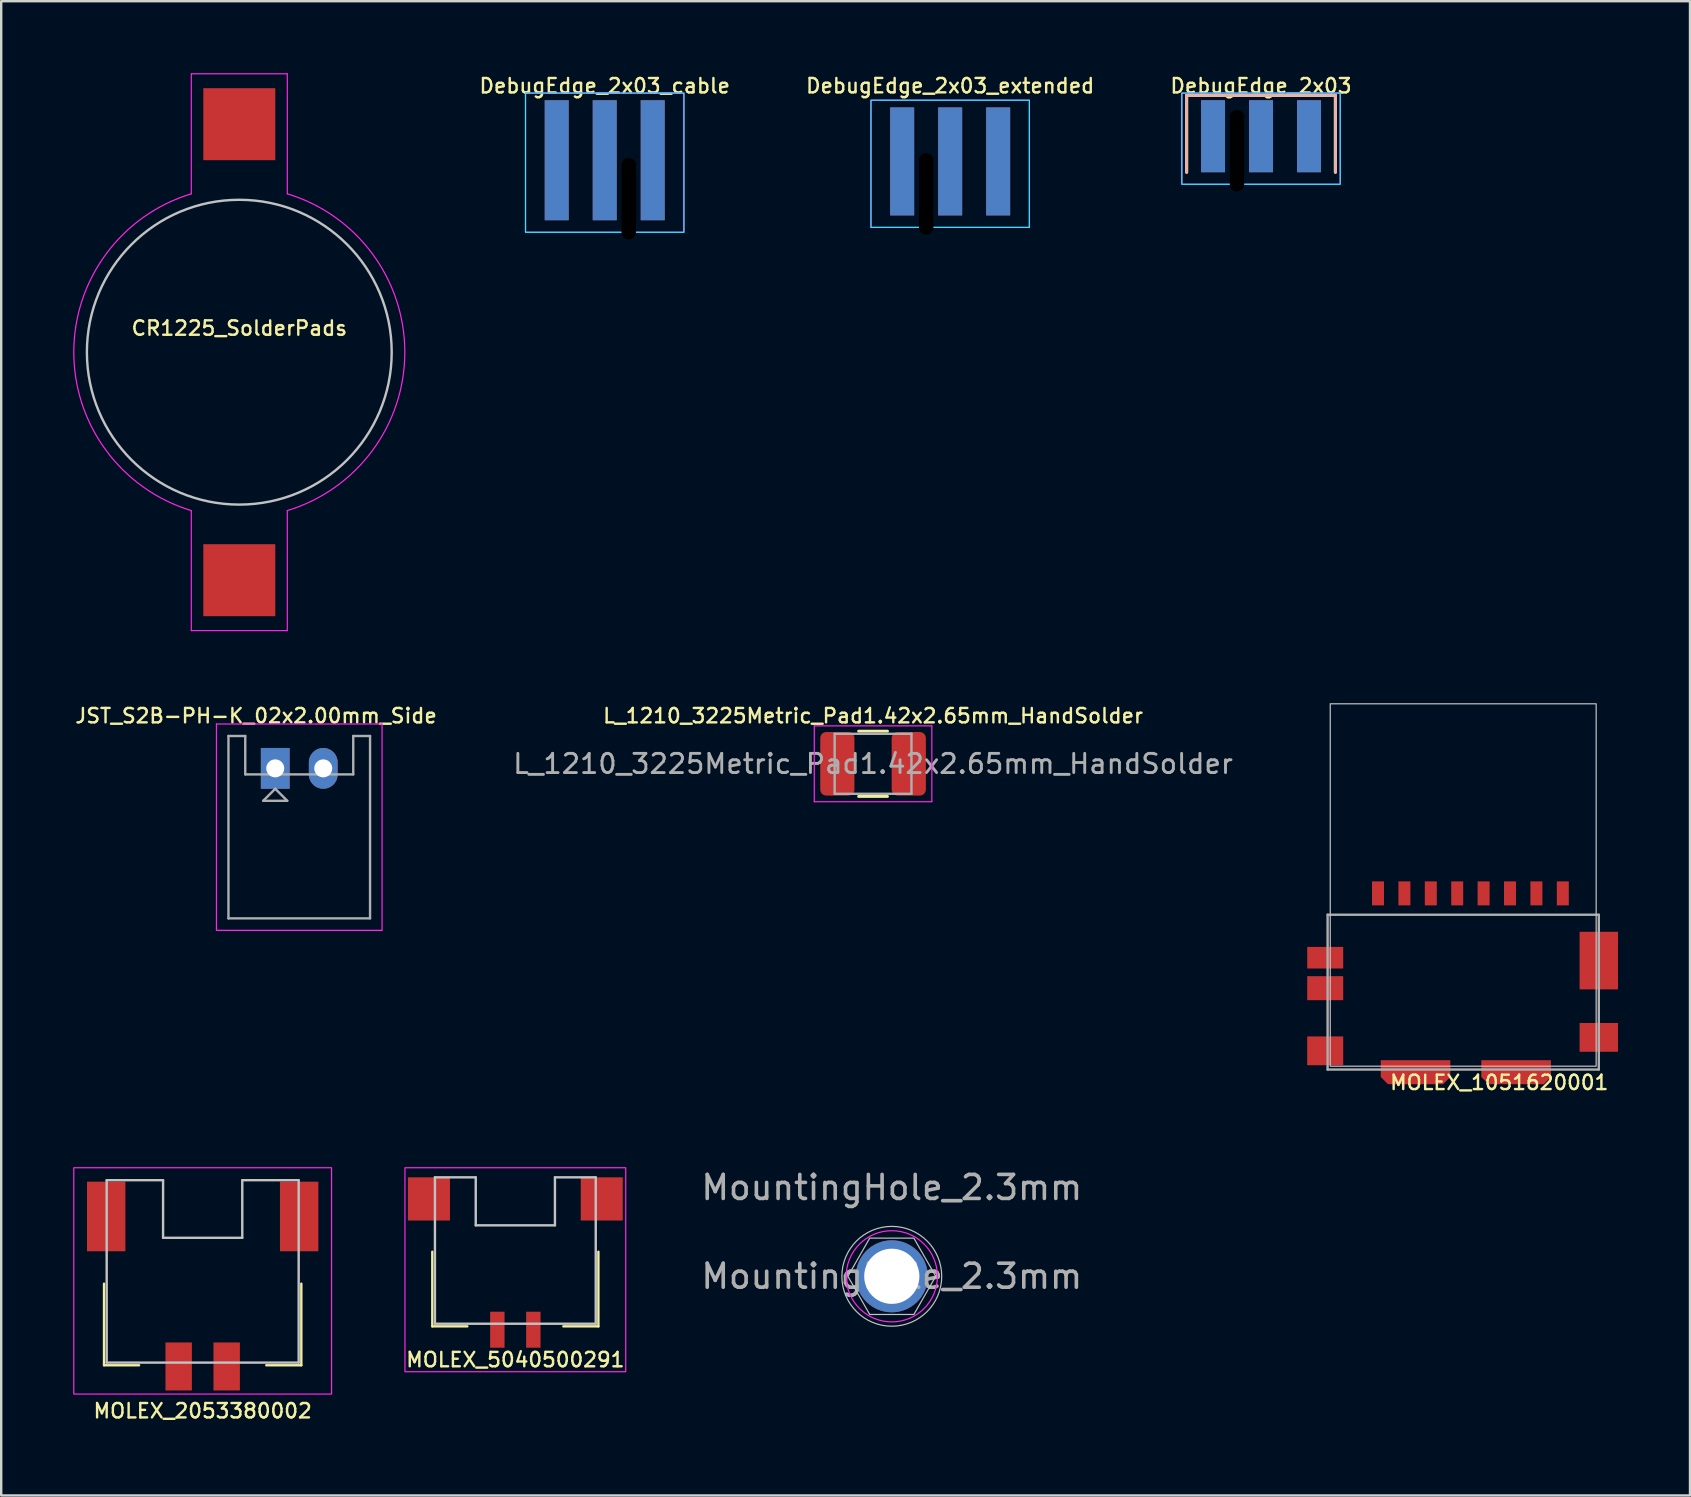
<source format=kicad_pcb>
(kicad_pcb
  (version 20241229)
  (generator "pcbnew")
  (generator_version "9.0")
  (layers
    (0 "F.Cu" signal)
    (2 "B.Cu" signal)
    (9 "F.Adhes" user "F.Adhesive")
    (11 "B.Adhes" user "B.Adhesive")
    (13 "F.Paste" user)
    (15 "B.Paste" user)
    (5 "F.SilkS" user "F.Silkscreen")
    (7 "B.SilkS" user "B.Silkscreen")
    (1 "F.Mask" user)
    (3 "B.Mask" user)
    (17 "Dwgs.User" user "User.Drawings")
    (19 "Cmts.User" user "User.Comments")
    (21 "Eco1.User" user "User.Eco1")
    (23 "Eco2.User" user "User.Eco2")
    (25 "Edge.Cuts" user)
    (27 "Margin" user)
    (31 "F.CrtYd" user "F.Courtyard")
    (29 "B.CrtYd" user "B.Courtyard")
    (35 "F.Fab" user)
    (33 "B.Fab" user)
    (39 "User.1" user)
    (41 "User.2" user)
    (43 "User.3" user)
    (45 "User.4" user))
  (footprint "MOLEX_2053380002"
    (layer "F.Cu")
    (at 5.395 53.437)
    (property "Reference" "MOLEX_2053380002" (at 0 2.3 0) (layer "F.SilkS") (effects (font (size 0.6 0.6) (thickness 0.1) (bold yes))))
    (attr board_only exclude_from_pos_files exclude_from_bom)
    (fp_line (start -4.11 -3) (end -4.11 0.4) (stroke (width 0.1) (type default)) (layer "F.SilkS"))
    (fp_line (start -2.65 0.4) (end -4.11 0.4) (stroke (width 0.1) (type default)) (layer "F.SilkS"))
    (fp_line (start 4.11 -3) (end 4.11 0.4) (stroke (width 0.1) (type default)) (layer "F.SilkS"))
    (fp_line (start 4.11 0.4) (end 2.65 0.4) (stroke (width 0.1) (type default)) (layer "F.SilkS"))
    (fp_line (start -4 -7.31) (end -4 0.29) (stroke (width 0.1) (type default)) (layer "Dwgs.User"))
    (fp_line (start -4 0.29) (end 4 0.29) (stroke (width 0.1) (type default)) (layer "Dwgs.User"))
    (fp_line (start -1.65 -7.31) (end -4 -7.31) (stroke (width 0.1) (type default)) (layer "Dwgs.User"))
    (fp_line (start -1.65 -7.31) (end -1.65 -4.91) (stroke (width 0.1) (type default)) (layer "Dwgs.User"))
    (fp_line (start -1.65 -4.91) (end 1.65 -4.91) (stroke (width 0.1) (type default)) (layer "Dwgs.User"))
    (fp_line (start 1.65 -7.31) (end 1.65 -4.91) (stroke (width 0.1) (type default)) (layer "Dwgs.User"))
    (fp_line (start 4 -7.31) (end 1.65 -7.31) (stroke (width 0.1) (type default)) (layer "Dwgs.User"))
    (fp_line (start 4 -7.31) (end 4 0.29) (stroke (width 0.1) (type default)) (layer "Dwgs.User"))
    (fp_rect (start -5.37 -7.83) (end 5.37 1.6) (stroke (width 0.05) (type default)) (fill no) (layer "F.CrtYd"))
    (pad "" smd rect (at -4.02 -5.8) (size 1.6 2.9) (layers "F.Cu" "F.Mask" "F.Paste"))
    (pad "" smd rect (at 4.02 -5.8) (size 1.6 2.9) (layers "F.Cu" "F.Mask" "F.Paste"))
    (pad "1" smd rect (at 1 0.45) (size 1.1 2) (layers "F.Cu" "F.Mask" "F.Paste"))
    (pad "2" smd rect (at -1 0.45) (size 1.1 2) (layers "F.Cu" "F.Mask" "F.Paste")))
  (footprint "MOLEX_5040500291"
    (layer "F.Cu")
    (at 18.423 52.106)
    (property "Reference" "MOLEX_5040500291" (at 0 1.5 0) (layer "F.SilkS") (effects (font (size 0.6 0.6) (thickness 0.1) (bold yes))))
    (attr board_only exclude_from_pos_files exclude_from_bom)
    (fp_line (start -3.46 -3) (end -3.46 0.11) (stroke (width 0.1) (type default)) (layer "F.SilkS"))
    (fp_line (start -2 0.11) (end -3.46 0.11) (stroke (width 0.1) (type default)) (layer "F.SilkS"))
    (fp_line (start 3.46 -3) (end 3.46 0.11) (stroke (width 0.1) (type default)) (layer "F.SilkS"))
    (fp_line (start 3.46 0.11) (end 2 0.11) (stroke (width 0.1) (type default)) (layer "F.SilkS"))
    (fp_line (start -3.35 -6.1) (end -3.35 0) (stroke (width 0.1) (type default)) (layer "Dwgs.User"))
    (fp_line (start -3.35 0) (end 3.35 0) (stroke (width 0.1) (type default)) (layer "Dwgs.User"))
    (fp_line (start -1.65 -6.1) (end -3.35 -6.1) (stroke (width 0.1) (type default)) (layer "Dwgs.User"))
    (fp_line (start -1.65 -6.1) (end -1.65 -4.1) (stroke (width 0.1) (type default)) (layer "Dwgs.User"))
    (fp_line (start -1.65 -4.1) (end 1.65 -4.1) (stroke (width 0.1) (type default)) (layer "Dwgs.User"))
    (fp_line (start 1.65 -6.1) (end 1.65 -4.1) (stroke (width 0.1) (type default)) (layer "Dwgs.User"))
    (fp_line (start 3.35 -6.1) (end 1.65 -6.1) (stroke (width 0.1) (type default)) (layer "Dwgs.User"))
    (fp_line (start 3.35 -6.1) (end 3.35 0) (stroke (width 0.1) (type default)) (layer "Dwgs.User"))
    (fp_rect (start -4.6 -6.5) (end 4.6 2) (stroke (width 0.05) (type default)) (fill no) (layer "F.CrtYd"))
    (pad "" smd rect (at -3.6 -5.2) (size 1.75 1.8) (layers "F.Cu" "F.Mask" "F.Paste"))
    (pad "" smd rect (at 3.6 -5.2) (size 1.75 1.8) (layers "F.Cu" "F.Mask" "F.Paste"))
    (pad "1" smd rect (at 0.75 0.25) (size 0.6 1.5) (layers "F.Cu" "F.Mask" "F.Paste"))
    (pad "2" smd rect (at -0.75 0.25) (size 0.6 1.5) (layers "F.Cu" "F.Mask" "F.Paste")))
  (footprint "MountingHole_2.3mm"
    (layer "F.Cu")
    (at 34.109 50.13)
    (property "Reference" "MountingHole_2.3mm" (at 0 -3.7 0) (layer "F.Fab") (effects (font (size 1 1) (thickness 0.15))))
    (attr exclude_from_pos_files)
    (fp_circle (center 0 0) (end 2.08 0) (stroke (width 0.05) (type solid)) (fill no) (layer "Dwgs.User"))
    (fp_poly (pts (xy 0.92 -1.59) (xy 1.83 0) (xy 0.92 1.59) (xy -0.92 1.59) (xy -1.83 0) (xy -0.92 -1.59)) (stroke (width 0.05) (type solid)) (fill no) (layer "Dwgs.User"))
    (fp_circle (center 0 0) (end 1.9 0) (stroke (width 0.05) (type solid)) (fill no) (layer "F.CrtYd"))
    (fp_text user "${REFERENCE}" (at 0 0 0) (layer "F.Fab") (effects (font (size 1 1) (thickness 0.15))))
    (pad "" np_thru_hole circle (at 0 0) (size 3 3) (drill 2.3) (layers "*.Cu" "*.Mask")))
  (footprint "JST_S2B-PH-K_02x2.00mm_Side"
    (layer "F.Cu")
    (at 8.419 28.966)
    (property "Reference" "JST_S2B-PH-K_02x2.00mm_Side" (at -0.8 -2.19 0) (unlocked yes) (layer "F.SilkS") (effects (font (size 0.6 0.6) (thickness 0.1))))
    (attr through_hole)
    (fp_line (start -2.45 -1.85) (end -2.45 6.75) (stroke (width 0.05) (type solid)) (layer "F.CrtYd"))
    (fp_line (start -2.45 6.75) (end 4.45 6.75) (stroke (width 0.05) (type solid)) (layer "F.CrtYd"))
    (fp_line (start 4.45 -1.85) (end -2.45 -1.85) (stroke (width 0.05) (type solid)) (layer "F.CrtYd"))
    (fp_line (start 4.45 6.75) (end 4.45 -1.85) (stroke (width 0.05) (type solid)) (layer "F.CrtYd"))
    (fp_line (start -1.95 -1.35) (end -1.95 6.25) (stroke (width 0.1) (type solid)) (layer "F.Fab"))
    (fp_line (start -1.95 6.25) (end 3.95 6.25) (stroke (width 0.1) (type solid)) (layer "F.Fab"))
    (fp_line (start -1.25 -1.35) (end -1.95 -1.35) (stroke (width 0.1) (type solid)) (layer "F.Fab"))
    (fp_line (start -1.25 0.25) (end -1.25 -1.35) (stroke (width 0.1) (type solid)) (layer "F.Fab"))
    (fp_line (start -0.5 1.35) (end 0.5 1.35) (stroke (width 0.1) (type solid)) (layer "F.Fab"))
    (fp_line (start 0 0.85) (end -0.5 1.35) (stroke (width 0.1) (type solid)) (layer "F.Fab"))
    (fp_line (start 0.5 1.35) (end 0 0.85) (stroke (width 0.1) (type solid)) (layer "F.Fab"))
    (fp_line (start 3.25 -1.35) (end 3.25 0.25) (stroke (width 0.1) (type solid)) (layer "F.Fab"))
    (fp_line (start 3.25 0.25) (end -1.25 0.25) (stroke (width 0.1) (type solid)) (layer "F.Fab"))
    (fp_line (start 3.95 -1.35) (end 3.25 -1.35) (stroke (width 0.1) (type solid)) (layer "F.Fab"))
    (fp_line (start 3.95 6.25) (end 3.95 -1.35) (stroke (width 0.1) (type solid)) (layer "F.Fab"))
    (pad "1" thru_hole rect (at 0 0) (size 1.2 1.7) (drill 0.75) (layers "*.Cu" "*.Mask"))
    (pad "2" thru_hole oval (at 2 0) (size 1.2 1.7) (drill 0.75) (layers "*.Cu" "*.Mask")))
  (footprint "CR1225_SolderPads"
    (layer "F.Cu")
    (at 6.921 11.625)
    (property "Reference" "CR1225_SolderPads" (at 0 -1 0) (unlocked yes) (layer "F.SilkS") (effects (font (size 0.6 0.6) (thickness 0.1))))
    (attr smd)
    (fp_circle (center 0 0) (end 6.35 0) (stroke (width 0.1) (type default)) (fill no) (layer "Dwgs.User"))
    (fp_line (start -2 -11.6) (end 2 -11.6) (stroke (width 0.05) (type default)) (layer "F.CrtYd"))
    (fp_line (start -2 -6.6) (end -2 -11.6) (stroke (width 0.05) (type default)) (layer "F.CrtYd"))
    (fp_line (start -2 11.6) (end -2 6.6) (stroke (width 0.05) (type default)) (layer "F.CrtYd"))
    (fp_line (start 2 -11.6) (end 2 -6.6) (stroke (width 0.05) (type default)) (layer "F.CrtYd"))
    (fp_line (start 2 6.6) (end 2 11.6) (stroke (width 0.05) (type default)) (layer "F.CrtYd"))
    (fp_line (start 2 11.6) (end -2 11.6) (stroke (width 0.05) (type default)) (layer "F.CrtYd"))
    (fp_arc (start -2 6.599999) (mid -6.896375 0) (end -2 -6.599999) (stroke (width 0.05) (type default)) (layer "F.CrtYd"))
    (fp_arc (start 2 -6.599998) (mid 6.896375 0.000001) (end 2 6.6) (stroke (width 0.05) (type default)) (layer "F.CrtYd"))
    (pad "1" smd rect (at 0 -9.5) (size 3 3) (layers "F.Cu" "F.Mask" "F.Paste"))
    (pad "2" smd rect (at 0 9.5) (size 3 3) (layers "F.Cu" "F.Mask" "F.Paste")))
  (footprint "MOLEX_1051620001"
    (layer "F.Cu")
    (at 54.368 34.175)
    (property "Reference" "MOLEX_1051620001" (at 9.66 7.88 0) (layer "F.SilkS") (effects (font (size 0.6 0.6) (thickness 0.1)) (justify right)))
    (attr smd)
    (fp_rect (start 9.09 7.2) (end -1.99 -7.9) (stroke (width 0.05) (type solid)) (fill no) (layer "Dwgs.User"))
    (fp_line (start -2.1 0.89) (end 9.2 0.89) (stroke (width 0.1) (type solid)) (layer "F.Fab"))
    (fp_line (start -2.1 7.34) (end -2.1 0.89) (stroke (width 0.1) (type solid)) (layer "F.Fab"))
    (fp_line (start 9.2 0.89) (end 9.2 7.34) (stroke (width 0.1) (type solid)) (layer "F.Fab"))
    (fp_line (start 9.2 7.34) (end -2.1 7.34) (stroke (width 0.1) (type solid)) (layer "F.Fab"))
    (pad "1" smd rect (at 0 0 270) (size 1 0.5) (layers "F.Cu" "F.Mask" "F.Paste"))
    (pad "2" smd rect (at 1.1 0 270) (size 1 0.5) (layers "F.Cu" "F.Mask" "F.Paste"))
    (pad "3" smd rect (at 2.2 0 270) (size 1 0.5) (layers "F.Cu" "F.Mask" "F.Paste"))
    (pad "4" smd rect (at 3.3 0 270) (size 1 0.5) (layers "F.Cu" "F.Mask" "F.Paste"))
    (pad "5" smd rect (at 4.4 0 270) (size 1 0.5) (layers "F.Cu" "F.Mask" "F.Paste"))
    (pad "6" smd rect (at 5.5 0 270) (size 1 0.5) (layers "F.Cu" "F.Mask" "F.Paste"))
    (pad "7" smd rect (at 6.6 0 270) (size 1 0.5) (layers "F.Cu" "F.Mask" "F.Paste"))
    (pad "8" smd rect (at 7.7 0 270) (size 1 0.5) (layers "F.Cu" "F.Mask" "F.Paste"))
    (pad "9" smd rect (at -2.2 2.68 270) (size 0.9 1.5) (layers "F.Cu" "F.Mask" "F.Paste"))
    (pad "10" smd rect (at -2.2 3.95 270) (size 1 1.5) (layers "F.Cu" "F.Mask" "F.Paste"))
    (pad "11" smd rect (at -2.2 6.56 270) (size 1.2 1.5) (layers "F.Cu" "F.Mask" "F.Paste"))
    (pad "12" smd rect (at 9.2 6 270) (size 1.2 1.6) (layers "F.Cu" "F.Mask" "F.Paste"))
    (pad "13" smd rect (at 9.2 2.8 270) (size 2.4 1.6) (layers "F.Cu" "F.Mask" "F.Paste"))
    (pad "14" smd roundrect (at 1.564 7.45 180) (size 2.9 1) (layers "F.Cu" "F.Mask" "F.Paste") (roundrect_rratio 0) (chamfer_ratio 0.3) (chamfer top_left top_right))
    (pad "15" smd roundrect (at 5.754 7.45 180) (size 2.9 1) (layers "F.Cu" "F.Mask" "F.Paste") (roundrect_rratio 0) (chamfer_ratio 0.3) (chamfer top_left top_right)))
  (footprint "DebugEdge_2x03_extended"
    (layer "F.Cu")
    (at 36.541 6.426)
    (property "Reference" "DebugEdge_2x03_extended" (at 0 -5.9 0) (unlocked yes) (layer "F.SilkS") (effects (font (size 0.6 0.6) (thickness 0.1))))
    (attr smd)
    (fp_rect (start -3.3 -5.3) (end 3.3 0) (stroke (width 0.05) (type default)) (fill no) (layer "B.CrtYd"))
    (fp_rect (start -3.3 -5.3) (end 3.3 0) (stroke (width 0.05) (type default)) (fill no) (layer "F.CrtYd"))
    (pad "" np_thru_hole oval (at -1 -1.4) (size 0.6 3.4) (drill oval 0.6 3.4) (layers "*.Mask"))
    (pad "1" connect rect (at -2 -2.75) (size 1 4.5) (layers "F.Cu" "F.Mask"))
    (pad "2" connect rect (at 0 -2.75) (size 1 4.5) (layers "F.Cu" "F.Mask"))
    (pad "3" connect rect (at -2 -2.75) (size 1 4.5) (layers "B.Cu" "B.Mask"))
    (pad "4" connect rect (at 0 -2.75) (size 1 4.5) (layers "B.Cu" "B.Mask"))
    (pad "5" connect rect (at 2 -2.75) (size 1 4.5) (layers "F.Cu" "F.Mask"))
    (pad "6" connect rect (at 2 -2.75) (size 1 4.5) (layers "B.Cu" "B.Mask")))
  (footprint "DebugEdge_2x03"
    (layer "F.Cu")
    (at 49.493 4.627)
    (property "Reference" "DebugEdge_2x03" (at 0 -4.1 0) (unlocked yes) (layer "F.SilkS") (effects (font (size 0.6 0.6) (thickness 0.1))))
    (attr smd)
    (fp_line (start -3.1 -3.7) (end 3.1 -3.7) (stroke (width 0.127) (type default)) (layer "F.SilkS"))
    (fp_line (start -3.1 -0.5) (end -3.1 -3.7) (stroke (width 0.127) (type default)) (layer "F.SilkS"))
    (fp_line (start 3.1 -0.5) (end 3.1 -3.7) (stroke (width 0.127) (type default)) (layer "F.SilkS"))
    (fp_line (start -3.1 -3.7) (end 3.1 -3.7) (stroke (width 0.125) (type default)) (layer "B.SilkS"))
    (fp_line (start -3.1 -0.5) (end -3.1 -3.7) (stroke (width 0.127) (type default)) (layer "B.SilkS"))
    (fp_line (start 3.1 -0.5) (end 3.1 -3.7) (stroke (width 0.127) (type default)) (layer "B.SilkS"))
    (fp_rect (start -3.3 -3.8) (end 3.3 0) (stroke (width 0.05) (type default)) (fill no) (layer "B.CrtYd"))
    (fp_rect (start -3.3 -3.8) (end 3.3 0) (stroke (width 0.05) (type default)) (fill no) (layer "F.CrtYd"))
    (pad "" np_thru_hole oval (at -1 -1.4) (size 0.6 3.4) (drill oval 0.6 3.4) (layers "*.Mask"))
    (pad "1" connect rect (at -2 -2) (size 1 3) (layers "F.Cu" "F.Mask"))
    (pad "2" connect rect (at 0 -2) (size 1 3) (layers "F.Cu" "F.Mask"))
    (pad "3" connect rect (at -2 -2) (size 1 3) (layers "B.Cu" "B.Mask"))
    (pad "4" connect rect (at 0 -2) (size 1 3) (layers "B.Cu" "B.Mask"))
    (pad "5" connect rect (at 2 -2) (size 1 3) (layers "F.Cu" "F.Mask"))
    (pad "6" connect rect (at 2 -2) (size 1 3) (layers "B.Cu" "B.Mask")))
  (footprint "L_1210_3225Metric_Pad1.42x2.65mm_HandSolder"
    (layer "F.Cu")
    (at 33.328 28.776)
    (property "Reference" "L_1210_3225Metric_Pad1.42x2.65mm_HandSolder" (at 0 -2 180) (layer "F.SilkS") (effects (font (size 0.6 0.6) (thickness 0.1))))
    (attr smd)
    (fp_line (start -0.602 -1.36) (end 0.602 -1.36) (stroke (width 0.12) (type solid)) (layer "F.SilkS"))
    (fp_line (start -0.602 1.36) (end 0.602 1.36) (stroke (width 0.12) (type solid)) (layer "F.SilkS"))
    (fp_line (start -2.45 -1.58) (end 2.45 -1.58) (stroke (width 0.05) (type solid)) (layer "F.CrtYd"))
    (fp_line (start -2.45 1.58) (end -2.45 -1.58) (stroke (width 0.05) (type solid)) (layer "F.CrtYd"))
    (fp_line (start 2.45 -1.58) (end 2.45 1.58) (stroke (width 0.05) (type solid)) (layer "F.CrtYd"))
    (fp_line (start 2.45 1.58) (end -2.45 1.58) (stroke (width 0.05) (type solid)) (layer "F.CrtYd"))
    (fp_line (start -1.6 -1.25) (end 1.6 -1.25) (stroke (width 0.1) (type solid)) (layer "F.Fab"))
    (fp_line (start -1.6 1.25) (end -1.6 -1.25) (stroke (width 0.1) (type solid)) (layer "F.Fab"))
    (fp_line (start 1.6 -1.25) (end 1.6 1.25) (stroke (width 0.1) (type solid)) (layer "F.Fab"))
    (fp_line (start 1.6 1.25) (end -1.6 1.25) (stroke (width 0.1) (type solid)) (layer "F.Fab"))
    (fp_text user "${REFERENCE}" (at 0 0 0) (layer "F.Fab") (effects (font (size 0.8 0.8) (thickness 0.12))))
    (pad "1" smd roundrect (at -1.488 0) (size 1.425 2.65) (layers "F.Cu" "F.Mask" "F.Paste") (roundrect_rratio 0.175))
    (pad "2" smd roundrect (at 1.488 0) (size 1.425 2.65) (layers "F.Cu" "F.Mask" "F.Paste") (roundrect_rratio 0.175)))
  (footprint "DebugEdge_2x03_cable"
    (layer "F.Cu")
    (at 22.147 6.627)
    (property "Reference" "DebugEdge_2x03_cable" (at 0 -6.1 0) (unlocked yes) (layer "F.SilkS") (effects (font (size 0.6 0.6) (thickness 0.1))))
    (attr smd)
    (fp_rect (start -3.3 -5.8) (end 3.3 0) (stroke (width 0.05) (type default)) (fill no) (layer "B.CrtYd"))
    (fp_rect (start -3.3 -5.8) (end 3.3 0) (stroke (width 0.05) (type default)) (fill no) (layer "F.CrtYd"))
    (pad "" np_thru_hole oval (at 1 -1.4) (size 0.6 3.4) (drill oval 0.6 3.4) (layers "*.Mask"))
    (pad "1" connect rect (at 2 -3) (size 1 5) (layers "F.Cu" "F.Mask"))
    (pad "2" connect rect (at 0 -3) (size 1 5) (layers "F.Cu" "F.Mask"))
    (pad "3" connect rect (at 2 -3) (size 1 5) (layers "B.Cu" "B.Mask"))
    (pad "4" connect rect (at 0 -3) (size 1 5) (layers "B.Cu" "B.Mask"))
    (pad "5" connect rect (at -2 -3) (size 1 5) (layers "F.Cu" "F.Mask"))
    (pad "6" connect rect (at -2 -3) (size 1 5) (layers "B.Cu" "B.Mask")))
  (gr_rect
    (start -3 -3)
    (end 67.368 59.263)
    (stroke (width 0.1) (type default))
    (fill no)
    (layer "Edge.Cuts")))
</source>
